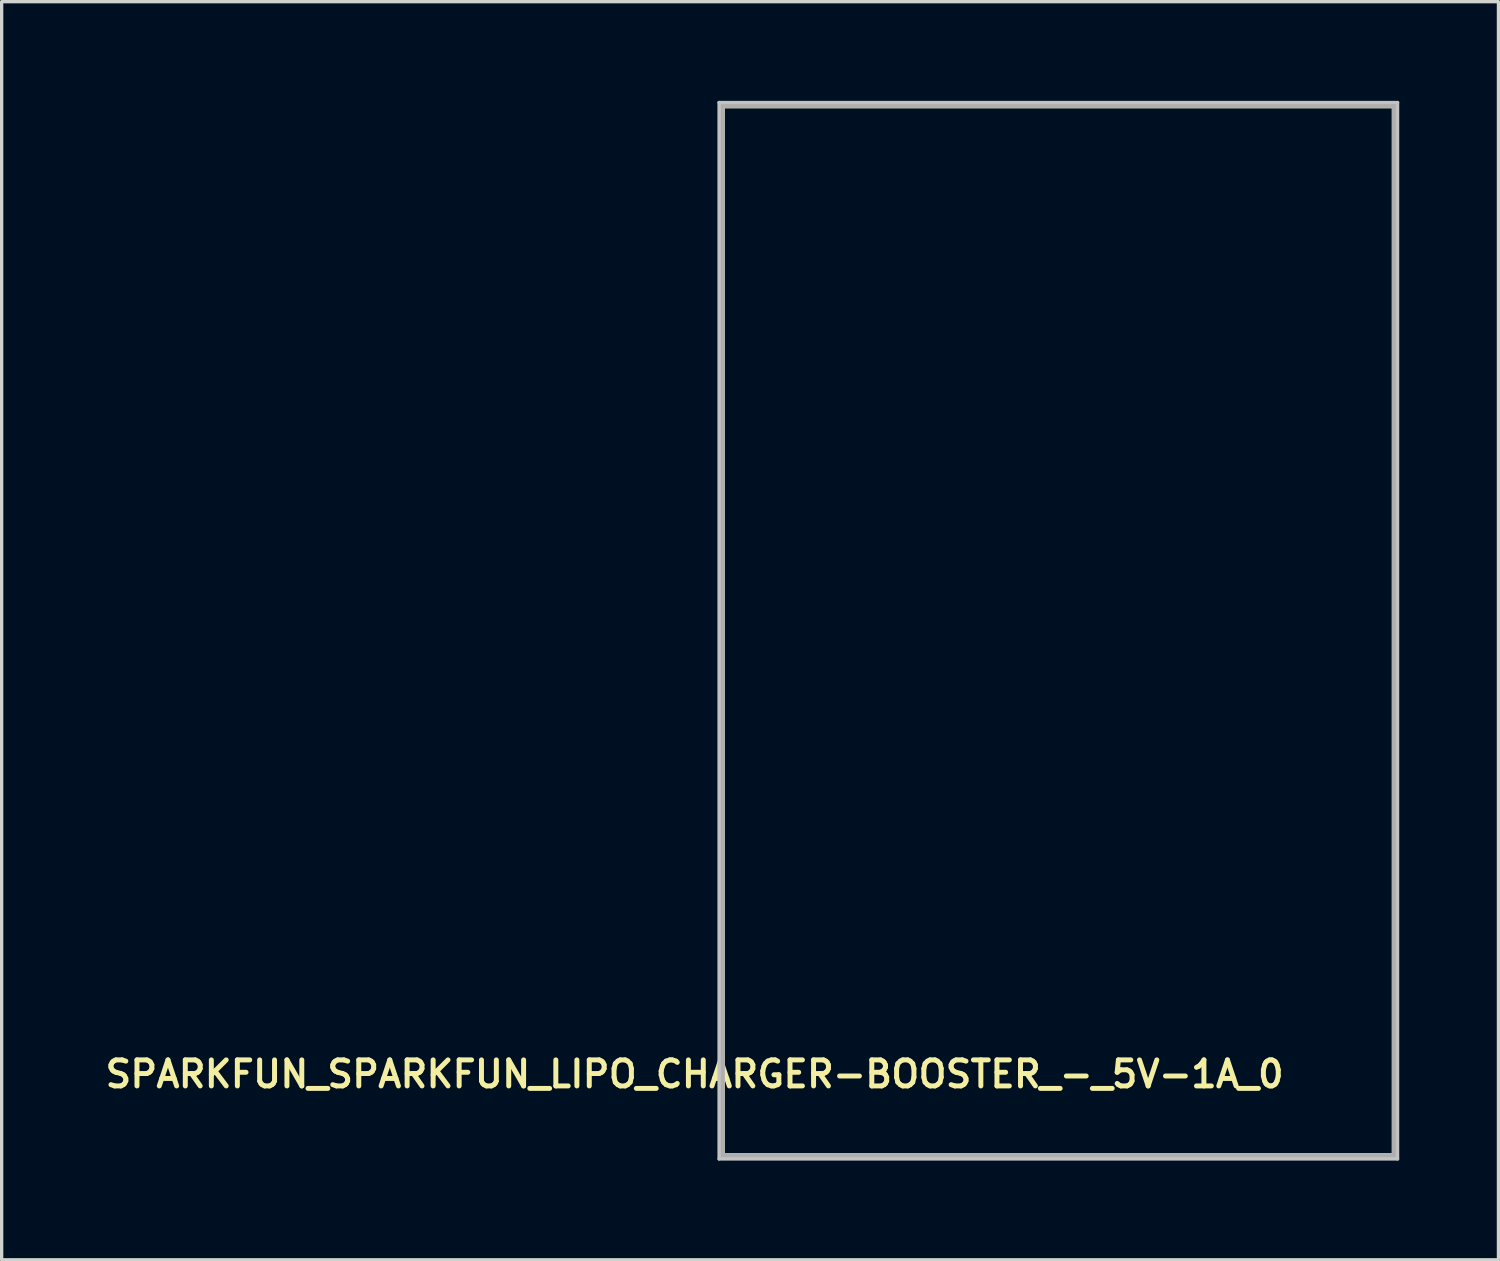
<source format=kicad_pcb>
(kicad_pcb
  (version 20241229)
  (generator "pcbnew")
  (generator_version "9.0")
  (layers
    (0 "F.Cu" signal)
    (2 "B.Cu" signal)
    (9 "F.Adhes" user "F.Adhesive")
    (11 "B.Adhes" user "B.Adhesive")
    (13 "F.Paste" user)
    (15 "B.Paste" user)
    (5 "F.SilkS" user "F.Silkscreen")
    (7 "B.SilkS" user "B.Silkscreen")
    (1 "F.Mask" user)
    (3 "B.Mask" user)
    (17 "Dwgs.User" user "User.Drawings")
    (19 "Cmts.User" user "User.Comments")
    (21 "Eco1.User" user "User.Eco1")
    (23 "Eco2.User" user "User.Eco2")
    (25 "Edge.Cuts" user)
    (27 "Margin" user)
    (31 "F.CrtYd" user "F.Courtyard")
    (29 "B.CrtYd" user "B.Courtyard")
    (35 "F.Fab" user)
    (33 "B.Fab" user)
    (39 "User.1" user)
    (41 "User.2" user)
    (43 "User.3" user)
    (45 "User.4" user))
  (footprint "SPARKFUN_SPARKFUN_LIPO_CHARGER-BOOSTER_-_5V-1A_0"
    (layer "F.Cu")
    (at 28.957 16.025)
    (property "Reference" "SPARKFUN_SPARKFUN_LIPO_CHARGER-BOOSTER_-_5V-1A_0" (at -11 13.41 180) (layer "F.SilkS") (effects (font (size 0.787 0.787) (thickness 0.15))))
    (attr through_hole)
    (fp_line (start -10.16 -15.875) (end 10.16 -15.875) (stroke (width 0.15) (type solid)) (layer "F.SilkS"))
    (fp_line (start -10.16 15.875) (end -10.16 -15.875) (stroke (width 0.15) (type solid)) (layer "F.SilkS"))
    (fp_line (start -10.16 15.875) (end 10.16 15.875) (stroke (width 0.15) (type solid)) (layer "F.SilkS"))
    (fp_line (start 10.16 15.875) (end 10.16 -15.875) (stroke (width 0.15) (type solid)) (layer "F.SilkS"))
    (fp_line (start -10.26 -15.975) (end 10.26 -15.975) (stroke (width 0.1) (type solid)) (layer "Dwgs.User"))
    (fp_line (start -10.26 15.975) (end -10.26 -15.975) (stroke (width 0.1) (type solid)) (layer "Dwgs.User"))
    (fp_line (start 10.26 -15.975) (end 10.26 15.975) (stroke (width 0.1) (type solid)) (layer "Dwgs.User"))
    (fp_line (start 10.26 15.975) (end -10.26 15.975) (stroke (width 0.1) (type solid)) (layer "Dwgs.User"))
    (fp_line (start -10.16 -15.875) (end 10.16 -15.875) (stroke (width 0.15) (type solid)) (layer "F.Fab"))
    (fp_line (start -10.16 15.875) (end -10.16 -15.875) (stroke (width 0.15) (type solid)) (layer "F.Fab"))
    (fp_line (start 10.16 -15.875) (end 10.16 15.875) (stroke (width 0.15) (type solid)) (layer "F.Fab"))
    (fp_line (start 10.16 15.875) (end -10.16 15.875) (stroke (width 0.15) (type solid)) (layer "F.Fab")))
  (gr_rect
    (start -3 -3)
    (end 42.267 35.05)
    (stroke (width 0.1) (type default))
    (fill no)
    (layer "Edge.Cuts")))
</source>
